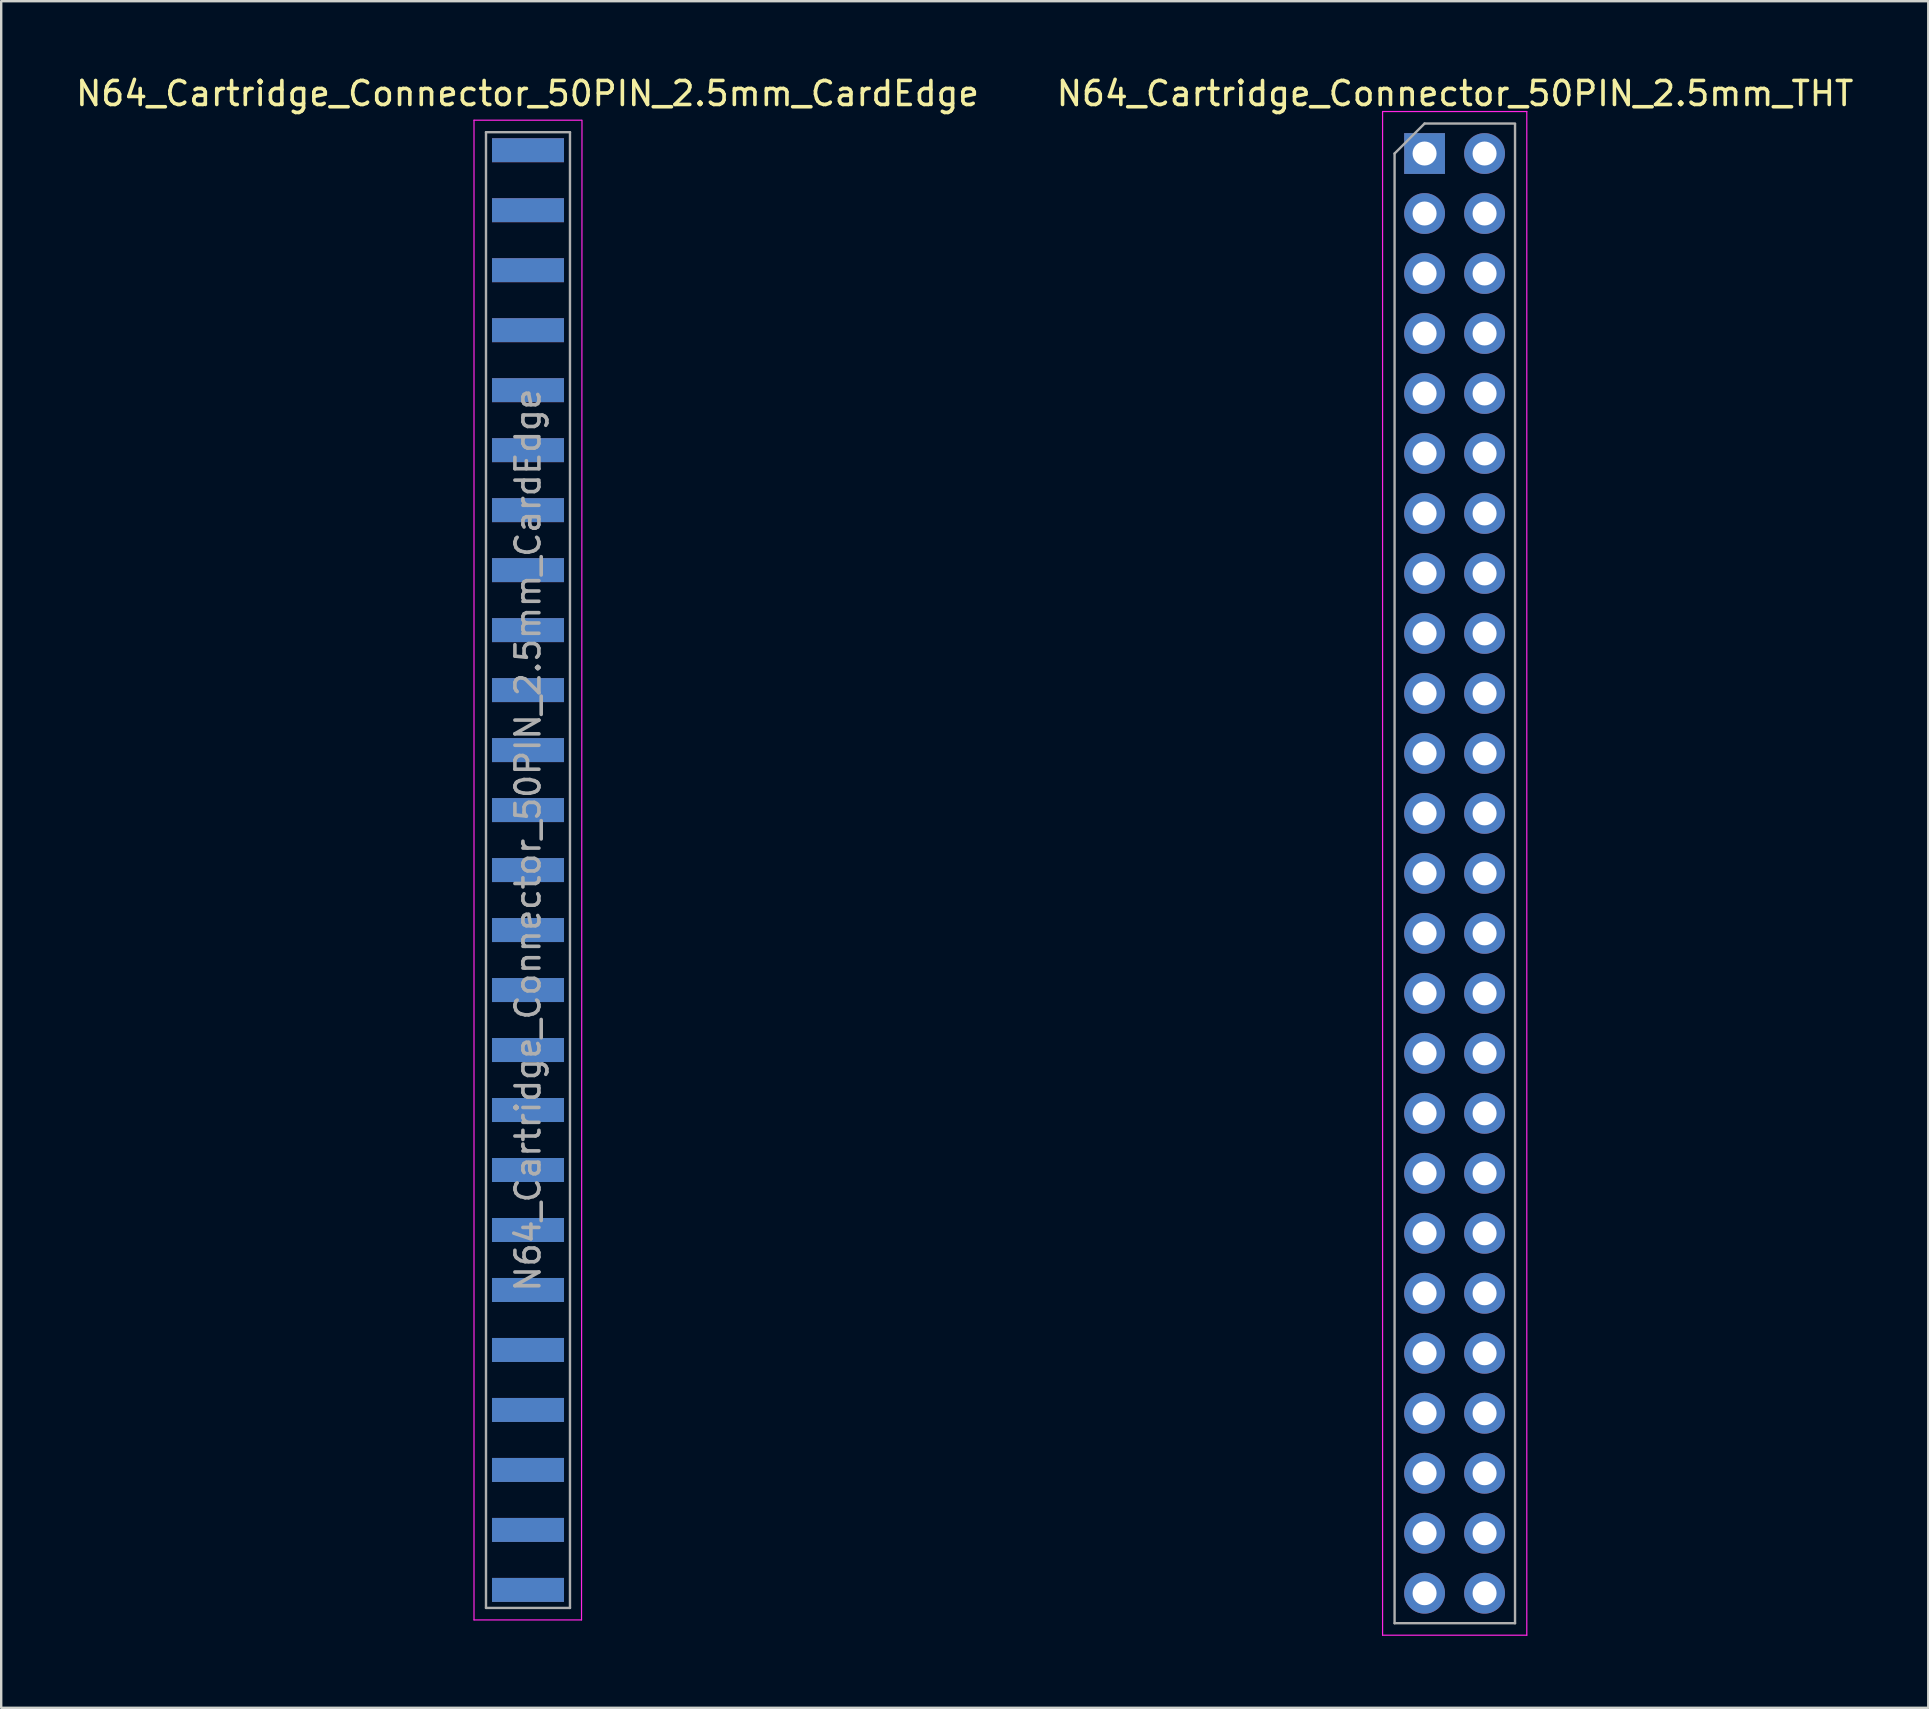
<source format=kicad_pcb>
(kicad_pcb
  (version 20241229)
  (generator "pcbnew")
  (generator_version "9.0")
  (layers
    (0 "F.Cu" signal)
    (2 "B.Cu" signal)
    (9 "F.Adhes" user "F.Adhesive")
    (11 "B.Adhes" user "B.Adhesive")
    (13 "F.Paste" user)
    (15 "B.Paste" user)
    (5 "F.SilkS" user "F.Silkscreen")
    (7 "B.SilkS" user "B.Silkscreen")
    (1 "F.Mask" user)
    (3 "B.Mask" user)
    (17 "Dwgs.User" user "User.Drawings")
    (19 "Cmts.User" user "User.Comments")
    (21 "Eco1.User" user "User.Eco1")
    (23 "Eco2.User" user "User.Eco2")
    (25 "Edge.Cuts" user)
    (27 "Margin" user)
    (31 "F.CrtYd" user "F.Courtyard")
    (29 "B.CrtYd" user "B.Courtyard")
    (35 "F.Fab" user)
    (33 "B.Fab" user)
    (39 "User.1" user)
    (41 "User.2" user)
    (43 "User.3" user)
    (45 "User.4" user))
  (footprint "N64_Cartridge_Connector_50PIN_2.5mm_THT"
    (layer "F.Cu")
    (at 56.319 3.348)
    (property "Reference" "N64_Cartridge_Connector_50PIN_2.5mm_THT" (at 1.27 -2.5 0) (layer "F.SilkS") (effects (font (size 1 1) (thickness 0.15))))
    (attr through_hole)
    (fp_line (start -1.75 -1.75) (end -1.75 61.75) (stroke (width 0.05) (type solid)) (layer "F.CrtYd"))
    (fp_line (start -1.75 61.75) (end 4.26 61.75) (stroke (width 0.05) (type solid)) (layer "F.CrtYd"))
    (fp_line (start 4.26 -1.75) (end -1.75 -1.75) (stroke (width 0.05) (type solid)) (layer "F.CrtYd"))
    (fp_line (start 4.26 61.75) (end 4.26 -1.75) (stroke (width 0.05) (type solid)) (layer "F.CrtYd"))
    (fp_line (start -1.25 0) (end 0 -1.25) (stroke (width 0.1) (type solid)) (layer "F.Fab"))
    (fp_line (start -1.25 61.25) (end -1.25 0) (stroke (width 0.1) (type solid)) (layer "F.Fab"))
    (fp_line (start 0 -1.25) (end 3.77 -1.25) (stroke (width 0.1) (type solid)) (layer "F.Fab"))
    (fp_line (start 3.77 -1.23) (end 3.77 61.25) (stroke (width 0.1) (type solid)) (layer "F.Fab"))
    (fp_line (start 3.77 61.25) (end -1.25 61.25) (stroke (width 0.1) (type solid)) (layer "F.Fab"))
    (pad "1" thru_hole rect (at 0 0) (size 1.7 1.7) (drill 1) (layers "*.Cu" "*.Mask"))
    (pad "2" thru_hole circle (at 0 2.5) (size 1.7 1.7) (drill 1) (layers "*.Cu" "*.Mask"))
    (pad "3" thru_hole circle (at 0 5) (size 1.7 1.7) (drill 1) (layers "*.Cu" "*.Mask"))
    (pad "4" thru_hole circle (at 0 7.5) (size 1.7 1.7) (drill 1) (layers "*.Cu" "*.Mask"))
    (pad "5" thru_hole circle (at 0 10) (size 1.7 1.7) (drill 1) (layers "*.Cu" "*.Mask"))
    (pad "6" thru_hole circle (at 0 12.5) (size 1.7 1.7) (drill 1) (layers "*.Cu" "*.Mask"))
    (pad "7" thru_hole circle (at 0 15) (size 1.7 1.7) (drill 1) (layers "*.Cu" "*.Mask"))
    (pad "8" thru_hole circle (at 0 17.5) (size 1.7 1.7) (drill 1) (layers "*.Cu" "*.Mask"))
    (pad "9" thru_hole circle (at 0 20) (size 1.7 1.7) (drill 1) (layers "*.Cu" "*.Mask"))
    (pad "10" thru_hole circle (at 0 22.5) (size 1.7 1.7) (drill 1) (layers "*.Cu" "*.Mask"))
    (pad "11" thru_hole circle (at 0 25) (size 1.7 1.7) (drill 1) (layers "*.Cu" "*.Mask"))
    (pad "12" thru_hole circle (at 0 27.5) (size 1.7 1.7) (drill 1) (layers "*.Cu" "*.Mask"))
    (pad "13" thru_hole circle (at 0 30) (size 1.7 1.7) (drill 1) (layers "*.Cu" "*.Mask"))
    (pad "14" thru_hole circle (at 0 32.5) (size 1.7 1.7) (drill 1) (layers "*.Cu" "*.Mask"))
    (pad "15" thru_hole circle (at 0 35) (size 1.7 1.7) (drill 1) (layers "*.Cu" "*.Mask"))
    (pad "16" thru_hole circle (at 0 37.5) (size 1.7 1.7) (drill 1) (layers "*.Cu" "*.Mask"))
    (pad "17" thru_hole circle (at 0 40) (size 1.7 1.7) (drill 1) (layers "*.Cu" "*.Mask"))
    (pad "18" thru_hole circle (at 0 42.5) (size 1.7 1.7) (drill 1) (layers "*.Cu" "*.Mask"))
    (pad "19" thru_hole circle (at 0 45) (size 1.7 1.7) (drill 1) (layers "*.Cu" "*.Mask"))
    (pad "20" thru_hole circle (at 0 47.5) (size 1.7 1.7) (drill 1) (layers "*.Cu" "*.Mask"))
    (pad "21" thru_hole circle (at 0 50) (size 1.7 1.7) (drill 1) (layers "*.Cu" "*.Mask"))
    (pad "22" thru_hole circle (at 0 52.5) (size 1.7 1.7) (drill 1) (layers "*.Cu" "*.Mask"))
    (pad "23" thru_hole circle (at 0 55) (size 1.7 1.7) (drill 1) (layers "*.Cu" "*.Mask"))
    (pad "24" thru_hole circle (at 0 57.5) (size 1.7 1.7) (drill 1) (layers "*.Cu" "*.Mask"))
    (pad "25" thru_hole circle (at 0 60) (size 1.7 1.7) (drill 1) (layers "*.Cu" "*.Mask"))
    (pad "26" thru_hole circle (at 2.5 0) (size 1.7 1.7) (drill 1) (layers "*.Cu" "*.Mask"))
    (pad "27" thru_hole circle (at 2.5 2.5) (size 1.7 1.7) (drill 1) (layers "*.Cu" "*.Mask"))
    (pad "28" thru_hole circle (at 2.5 5) (size 1.7 1.7) (drill 1) (layers "*.Cu" "*.Mask"))
    (pad "29" thru_hole circle (at 2.5 7.5) (size 1.7 1.7) (drill 1) (layers "*.Cu" "*.Mask"))
    (pad "30" thru_hole circle (at 2.5 10) (size 1.7 1.7) (drill 1) (layers "*.Cu" "*.Mask"))
    (pad "31" thru_hole circle (at 2.5 12.5) (size 1.7 1.7) (drill 1) (layers "*.Cu" "*.Mask"))
    (pad "32" thru_hole circle (at 2.5 15) (size 1.7 1.7) (drill 1) (layers "*.Cu" "*.Mask"))
    (pad "33" thru_hole circle (at 2.5 17.5) (size 1.7 1.7) (drill 1) (layers "*.Cu" "*.Mask"))
    (pad "34" thru_hole circle (at 2.5 20) (size 1.7 1.7) (drill 1) (layers "*.Cu" "*.Mask"))
    (pad "35" thru_hole circle (at 2.5 22.5) (size 1.7 1.7) (drill 1) (layers "*.Cu" "*.Mask"))
    (pad "36" thru_hole circle (at 2.5 25) (size 1.7 1.7) (drill 1) (layers "*.Cu" "*.Mask"))
    (pad "37" thru_hole circle (at 2.5 27.5) (size 1.7 1.7) (drill 1) (layers "*.Cu" "*.Mask"))
    (pad "38" thru_hole circle (at 2.5 30) (size 1.7 1.7) (drill 1) (layers "*.Cu" "*.Mask"))
    (pad "39" thru_hole circle (at 2.5 32.5) (size 1.7 1.7) (drill 1) (layers "*.Cu" "*.Mask"))
    (pad "40" thru_hole circle (at 2.5 35) (size 1.7 1.7) (drill 1) (layers "*.Cu" "*.Mask"))
    (pad "41" thru_hole circle (at 2.5 37.5) (size 1.7 1.7) (drill 1) (layers "*.Cu" "*.Mask"))
    (pad "42" thru_hole circle (at 2.5 40) (size 1.7 1.7) (drill 1) (layers "*.Cu" "*.Mask"))
    (pad "43" thru_hole circle (at 2.5 42.5) (size 1.7 1.7) (drill 1) (layers "*.Cu" "*.Mask"))
    (pad "44" thru_hole circle (at 2.5 45) (size 1.7 1.7) (drill 1) (layers "*.Cu" "*.Mask"))
    (pad "45" thru_hole circle (at 2.5 47.5) (size 1.7 1.7) (drill 1) (layers "*.Cu" "*.Mask"))
    (pad "46" thru_hole circle (at 2.5 50) (size 1.7 1.7) (drill 1) (layers "*.Cu" "*.Mask"))
    (pad "47" thru_hole circle (at 2.5 52.5) (size 1.7 1.7) (drill 1) (layers "*.Cu" "*.Mask"))
    (pad "48" thru_hole circle (at 2.5 55) (size 1.7 1.7) (drill 1) (layers "*.Cu" "*.Mask"))
    (pad "49" thru_hole circle (at 2.5 57.5) (size 1.7 1.7) (drill 1) (layers "*.Cu" "*.Mask"))
    (pad "50" thru_hole circle (at 2.5 60) (size 1.7 1.7) (drill 1) (layers "*.Cu" "*.Mask")))
  (footprint "N64_Cartridge_Connector_50PIN_2.5mm_CardEdge"
    (layer "F.Cu")
    (at 18.954 31.96)
    (property "Reference" "N64_Cartridge_Connector_50PIN_2.5mm_CardEdge" (at -0.019 -31.112 0) (layer "F.SilkS") (effects (font (size 1 1) (thickness 0.15))))
    (attr smd)
    (fp_line (start -2.25 -30) (end 2.231 -30) (stroke (width 0.05) (type solid)) (layer "F.CrtYd"))
    (fp_line (start -2.25 32.5) (end -2.25 -30) (stroke (width 0.05) (type solid)) (layer "F.CrtYd"))
    (fp_line (start 2.231 32.5) (end -2.25 32.5) (stroke (width 0.05) (type solid)) (layer "F.CrtYd"))
    (fp_line (start 2.25 -30) (end 2.231 32.5) (stroke (width 0.05) (type solid)) (layer "F.CrtYd"))
    (fp_line (start -1.75 -29.5) (end 1.75 -29.5) (stroke (width 0.1) (type solid)) (layer "F.Fab"))
    (fp_line (start -1.75 32) (end -1.75 -29.5) (stroke (width 0.1) (type solid)) (layer "F.Fab"))
    (fp_line (start 1.75 -29.5) (end 1.75 32) (stroke (width 0.1) (type solid)) (layer "F.Fab"))
    (fp_line (start 1.75 32) (end -1.75 32) (stroke (width 0.1) (type solid)) (layer "F.Fab"))
    (fp_text user "${REFERENCE}" (at 0 0 90) (layer "F.Fab") (effects (font (size 1 1) (thickness 0.15))))
    (pad "1" smd rect (at 0 -28.75) (size 3 1) (layers "F.Cu" "F.Mask" "F.Paste"))
    (pad "2" smd rect (at 0 -26.25) (size 3 1) (layers "F.Cu" "F.Mask" "F.Paste"))
    (pad "3" smd rect (at 0 -23.75) (size 3 1) (layers "F.Cu" "F.Mask" "F.Paste"))
    (pad "4" smd rect (at 0 -21.25) (size 3 1) (layers "F.Cu" "F.Mask" "F.Paste"))
    (pad "5" smd rect (at 0 -18.75) (size 3 1) (layers "F.Cu" "F.Mask" "F.Paste"))
    (pad "6" smd rect (at 0 -16.25) (size 3 1) (layers "F.Cu" "F.Mask" "F.Paste"))
    (pad "7" smd rect (at 0 -13.75) (size 3 1) (layers "F.Cu" "F.Mask" "F.Paste"))
    (pad "8" smd rect (at 0 -11.25) (size 3 1) (layers "F.Cu" "F.Mask" "F.Paste"))
    (pad "9" smd rect (at 0 -8.75) (size 3 1) (layers "F.Cu" "F.Mask" "F.Paste"))
    (pad "10" smd rect (at 0 -6.25) (size 3 1) (layers "F.Cu" "F.Mask" "F.Paste"))
    (pad "11" smd rect (at 0 -3.75) (size 3 1) (layers "F.Cu" "F.Mask" "F.Paste"))
    (pad "12" smd rect (at 0 -1.25) (size 3 1) (layers "F.Cu" "F.Mask" "F.Paste"))
    (pad "13" smd rect (at 0 1.25) (size 3 1) (layers "F.Cu" "F.Mask" "F.Paste"))
    (pad "14" smd rect (at 0 3.75) (size 3 1) (layers "F.Cu" "F.Mask" "F.Paste"))
    (pad "15" smd rect (at 0 6.25) (size 3 1) (layers "F.Cu" "F.Mask" "F.Paste"))
    (pad "16" smd rect (at 0 8.75) (size 3 1) (layers "F.Cu" "F.Mask" "F.Paste"))
    (pad "17" smd rect (at 0 11.25) (size 3 1) (layers "F.Cu" "F.Mask" "F.Paste"))
    (pad "18" smd rect (at 0 13.75) (size 3 1) (layers "F.Cu" "F.Mask" "F.Paste"))
    (pad "19" smd rect (at 0 16.25) (size 3 1) (layers "F.Cu" "F.Mask" "F.Paste"))
    (pad "20" smd rect (at 0 18.75) (size 3 1) (layers "F.Cu" "F.Mask" "F.Paste"))
    (pad "21" smd rect (at 0 21.25) (size 3 1) (layers "F.Cu" "F.Mask" "F.Paste"))
    (pad "22" smd rect (at 0 23.75) (size 3 1) (layers "F.Cu" "F.Mask" "F.Paste"))
    (pad "23" smd rect (at 0 26.25) (size 3 1) (layers "F.Cu" "F.Mask" "F.Paste"))
    (pad "24" smd rect (at 0 28.75) (size 3 1) (layers "F.Cu" "F.Mask" "F.Paste"))
    (pad "25" smd rect (at 0 31.25) (size 3 1) (layers "F.Cu" "F.Mask" "F.Paste"))
    (pad "26" smd rect (at 0 -28.75) (size 3 1) (layers "B.Cu" "B.Mask" "B.Paste"))
    (pad "27" smd rect (at 0 -26.25) (size 3 1) (layers "B.Cu" "B.Mask" "B.Paste"))
    (pad "28" smd rect (at 0 -23.75) (size 3 1) (layers "B.Cu" "B.Mask" "B.Paste"))
    (pad "29" smd rect (at 0 -21.25) (size 3 1) (layers "B.Cu" "B.Mask" "B.Paste"))
    (pad "30" smd rect (at 0 -18.75) (size 3 1) (layers "B.Cu" "B.Mask" "B.Paste"))
    (pad "31" smd rect (at 0 -16.25) (size 3 1) (layers "B.Cu" "B.Mask" "B.Paste"))
    (pad "32" smd rect (at 0 -13.75) (size 3 1) (layers "B.Cu" "B.Mask" "B.Paste"))
    (pad "33" smd rect (at 0 -11.25) (size 3 1) (layers "B.Cu" "B.Mask" "B.Paste"))
    (pad "34" smd rect (at 0 -8.75) (size 3 1) (layers "B.Cu" "B.Mask" "B.Paste"))
    (pad "35" smd rect (at 0 -6.25) (size 3 1) (layers "B.Cu" "B.Mask" "B.Paste"))
    (pad "36" smd rect (at 0 -3.75) (size 3 1) (layers "B.Cu" "B.Mask" "B.Paste"))
    (pad "37" smd rect (at 0 -1.25) (size 3 1) (layers "B.Cu" "B.Mask" "B.Paste"))
    (pad "38" smd rect (at 0 1.25) (size 3 1) (layers "B.Cu" "B.Mask" "B.Paste"))
    (pad "39" smd rect (at 0 3.75) (size 3 1) (layers "B.Cu" "B.Mask" "B.Paste"))
    (pad "40" smd rect (at 0 6.25) (size 3 1) (layers "B.Cu" "B.Mask" "B.Paste"))
    (pad "41" smd rect (at 0 8.75) (size 3 1) (layers "B.Cu" "B.Mask" "B.Paste"))
    (pad "42" smd rect (at 0 11.25) (size 3 1) (layers "B.Cu" "B.Mask" "B.Paste"))
    (pad "43" smd rect (at 0 13.75) (size 3 1) (layers "B.Cu" "B.Mask" "B.Paste"))
    (pad "44" smd rect (at 0 16.25) (size 3 1) (layers "B.Cu" "B.Mask" "B.Paste"))
    (pad "45" smd rect (at 0 18.75) (size 3 1) (layers "B.Cu" "B.Mask" "B.Paste"))
    (pad "46" smd rect (at 0 21.25) (size 3 1) (layers "B.Cu" "B.Mask" "B.Paste"))
    (pad "47" smd rect (at 0 23.75) (size 3 1) (layers "B.Cu" "B.Mask" "B.Paste"))
    (pad "48" smd rect (at 0 26.25) (size 3 1) (layers "B.Cu" "B.Mask" "B.Paste"))
    (pad "49" smd rect (at 0 28.75) (size 3 1) (layers "B.Cu" "B.Mask" "B.Paste"))
    (pad "50" smd rect (at 0 31.25) (size 3 1) (layers "B.Cu" "B.Mask" "B.Paste")))
  (gr_rect
    (start -3 -3)
    (end 77.31 68.123)
    (stroke (width 0.1) (type default))
    (fill no)
    (layer "Edge.Cuts")))
</source>
